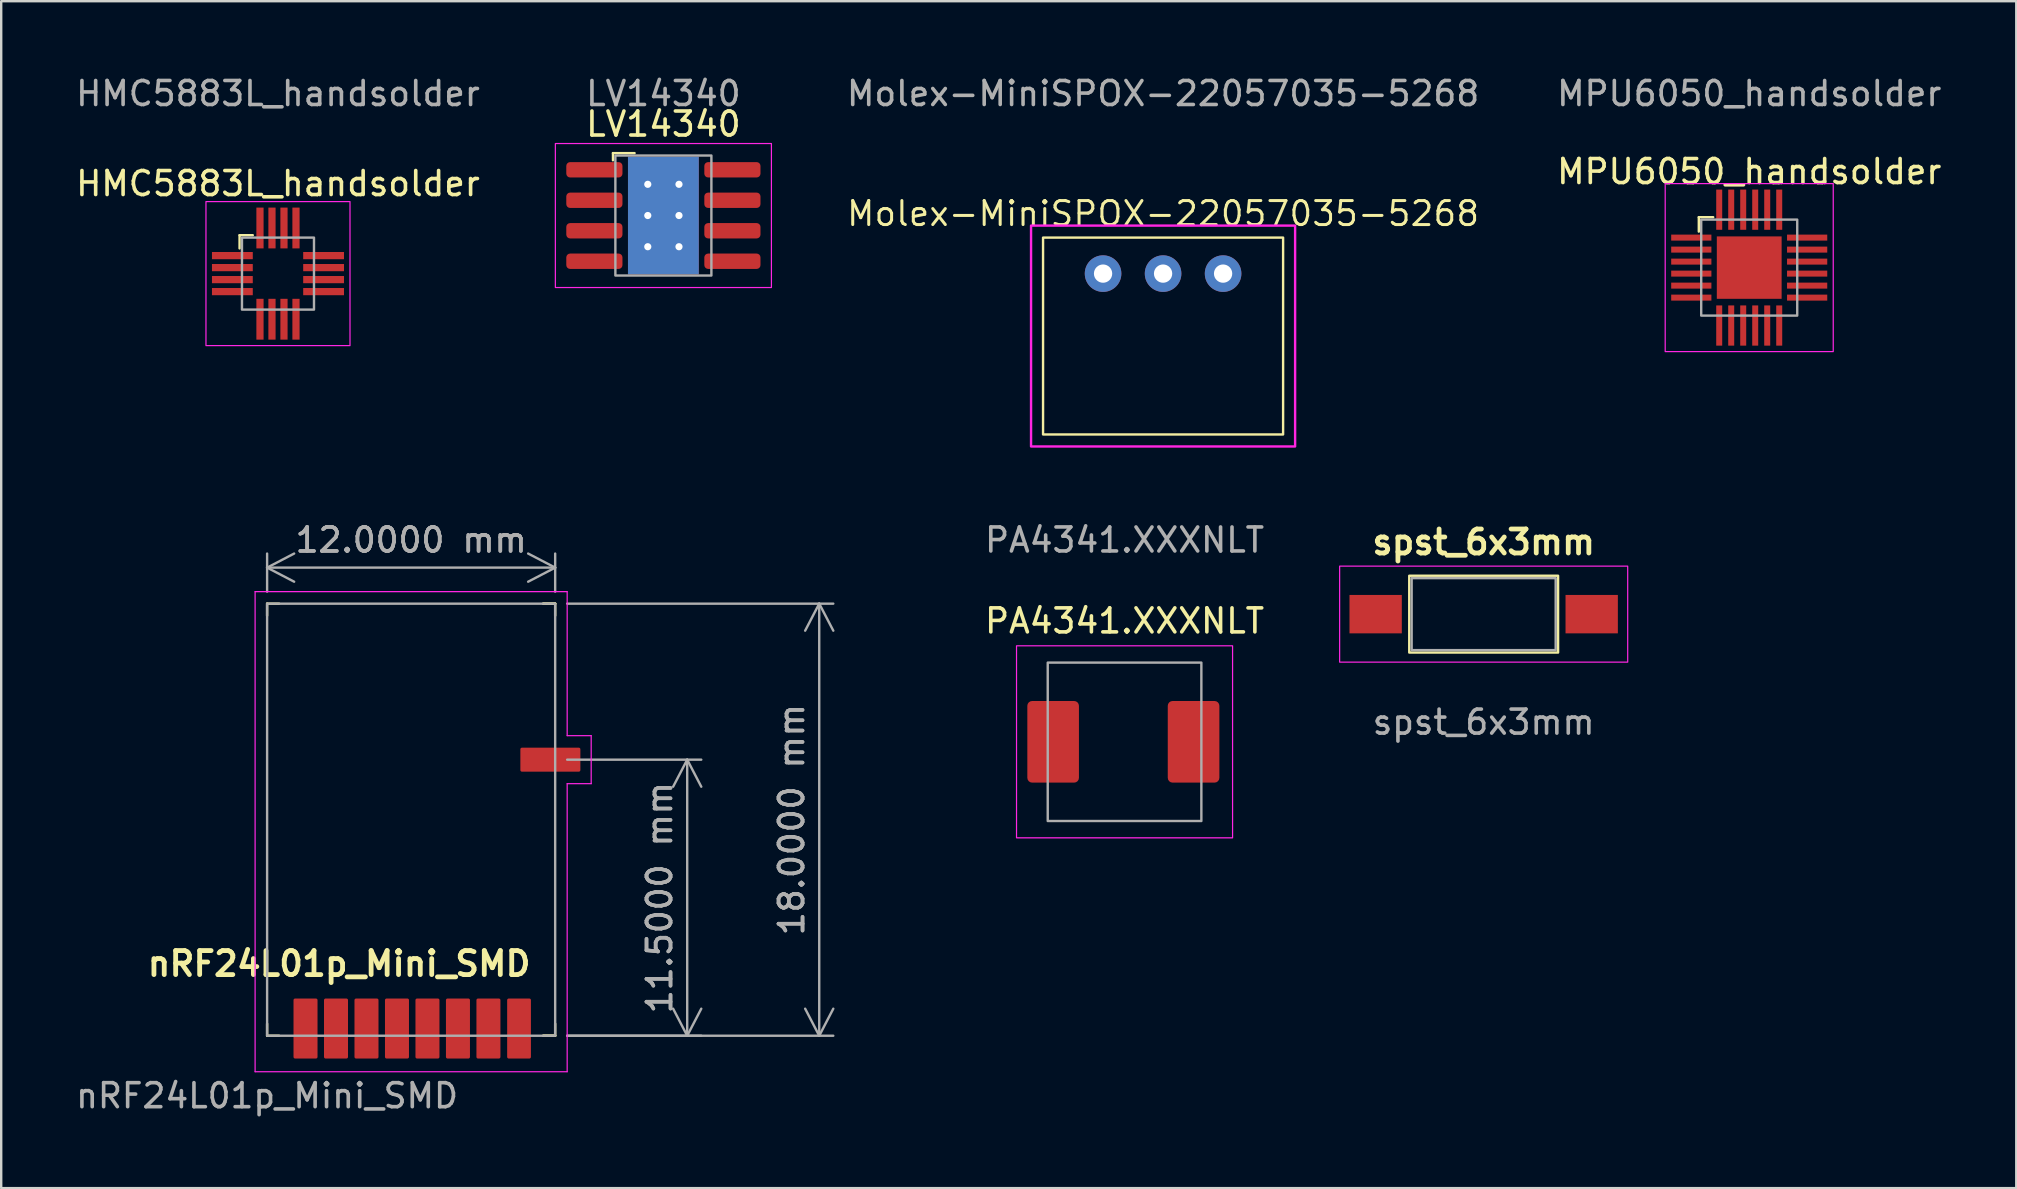
<source format=kicad_pcb>
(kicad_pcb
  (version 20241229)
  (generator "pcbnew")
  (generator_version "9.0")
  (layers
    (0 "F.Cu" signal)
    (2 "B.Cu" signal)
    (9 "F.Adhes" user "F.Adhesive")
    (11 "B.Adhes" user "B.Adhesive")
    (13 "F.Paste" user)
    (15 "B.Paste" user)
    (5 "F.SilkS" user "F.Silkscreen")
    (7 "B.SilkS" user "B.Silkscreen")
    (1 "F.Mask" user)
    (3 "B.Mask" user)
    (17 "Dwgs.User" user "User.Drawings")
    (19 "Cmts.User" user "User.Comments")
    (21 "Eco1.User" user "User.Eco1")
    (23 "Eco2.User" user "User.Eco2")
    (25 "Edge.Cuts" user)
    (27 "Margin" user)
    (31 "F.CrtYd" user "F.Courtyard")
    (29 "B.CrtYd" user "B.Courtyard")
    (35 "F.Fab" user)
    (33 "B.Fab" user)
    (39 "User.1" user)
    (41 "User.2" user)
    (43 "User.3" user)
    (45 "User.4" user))
  (footprint "LV14340"
    (layer "F.Cu")
    (at 24.585 5.928)
    (property "Reference" "LV14340" (at 0 -3.81 0) (unlocked yes) (layer "F.SilkS") (effects (font (size 1 1) (thickness 0.15))))
    (attr smd)
    (fp_rect (start -1.2 -1.55) (end 1.2 1.55) (stroke (width 0.1) (type solid)) (fill yes) (layer "F.Mask"))
    (fp_line (start -2.1 -2.6) (end -1.2 -2.6) (stroke (width 0.1) (type default)) (layer "F.SilkS"))
    (fp_line (start -2.1 -2.3) (end -2.1 -2.6) (stroke (width 0.1) (type default)) (layer "F.SilkS"))
    (fp_rect (start -1.355 -1.7) (end 1.355 1.7) (stroke (width 0.1) (type solid)) (fill yes) (layer "F.Paste"))
    (fp_rect (start -4.5 -3) (end 4.5 3) (stroke (width 0.05) (type default)) (fill no) (layer "F.CrtYd"))
    (fp_rect (start -2 -2.5) (end 2 2.5) (stroke (width 0.1) (type default)) (fill no) (layer "F.Fab"))
    (fp_text user "${REFERENCE}" (at 0 -5.08 0) (unlocked yes) (layer "F.Fab") (effects (font (size 1 1) (thickness 0.15))))
    (pad "1" smd roundrect (at -2.875 -1.905) (size 2.34 0.64) (layers "F.Cu" "F.Mask" "F.Paste") (roundrect_rratio 0.25))
    (pad "2" smd roundrect (at -2.875 -0.635) (size 2.34 0.64) (layers "F.Cu" "F.Mask" "F.Paste") (roundrect_rratio 0.25))
    (pad "3" smd roundrect (at -2.875 0.635) (size 2.34 0.64) (layers "F.Cu" "F.Mask" "F.Paste") (roundrect_rratio 0.25))
    (pad "4" smd roundrect (at -2.875 1.905) (size 2.34 0.64) (layers "F.Cu" "F.Mask" "F.Paste") (roundrect_rratio 0.25))
    (pad "5" smd roundrect (at 2.875 1.905) (size 2.34 0.64) (layers "F.Cu" "F.Mask" "F.Paste") (roundrect_rratio 0.25))
    (pad "6" smd roundrect (at 2.875 0.635) (size 2.34 0.64) (layers "F.Cu" "F.Mask" "F.Paste") (roundrect_rratio 0.25))
    (pad "7" smd roundrect (at 2.875 -0.635) (size 2.34 0.64) (layers "F.Cu" "F.Mask" "F.Paste") (roundrect_rratio 0.25))
    (pad "8" smd roundrect (at 2.875 -1.905) (size 2.34 0.64) (layers "F.Cu" "F.Mask" "F.Paste") (roundrect_rratio 0.25))
    (pad "9" thru_hole circle (at -0.65 -1.3) (size 0.6 0.6) (drill 0.3) (property pad_prop_heatsink) (layers "*.Cu"))
    (pad "9" thru_hole circle (at -0.65 0) (size 0.6 0.6) (drill 0.3) (property pad_prop_heatsink) (layers "*.Cu"))
    (pad "9" thru_hole circle (at -0.65 1.3) (size 0.6 0.6) (drill 0.3) (property pad_prop_heatsink) (layers "*.Cu"))
    (pad "9" smd rect (at 0 0) (size 2.95 4.9) (layers "F.Cu"))
    (pad "9" smd rect (at 0 0) (size 2.95 4.9) (layers "B.Cu"))
    (pad "9" thru_hole circle (at 0.65 -1.3) (size 0.6 0.6) (drill 0.3) (property pad_prop_heatsink) (layers "*.Cu"))
    (pad "9" thru_hole circle (at 0.65 0) (size 0.6 0.6) (drill 0.3) (property pad_prop_heatsink) (layers "*.Cu"))
    (pad "9" thru_hole circle (at 0.65 1.3) (size 0.6 0.6) (drill 0.3) (property pad_prop_heatsink) (layers "*.Cu")))
  (footprint "HMC5883L_handsolder"
    (layer "F.Cu")
    (at 8.53 8.348)
    (property "Reference" "HMC5883L_handsolder" (at 0 -3.75 0) (unlocked yes) (layer "F.SilkS") (effects (font (size 1 1) (thickness 0.15))))
    (attr smd)
    (fp_line (start -1.6 -1.6) (end -1.6 -1.05) (stroke (width 0.1) (type default)) (layer "F.SilkS"))
    (fp_line (start -1.6 -1.6) (end -1.05 -1.6) (stroke (width 0.1) (type default)) (layer "F.SilkS"))
    (fp_rect (start -3 -3) (end 3 3) (stroke (width 0.05) (type default)) (fill no) (layer "F.CrtYd"))
    (fp_rect (start -1.5 -1.5) (end 1.5 1.5) (stroke (width 0.1) (type default)) (fill no) (layer "F.Fab"))
    (fp_text user "${REFERENCE}" (at 0 -7.5 0) (unlocked yes) (layer "F.Fab") (effects (font (size 1 1) (thickness 0.15))))
    (pad "1" smd rect (at -1.9 -0.75) (size 1.7 0.3) (layers "F.Cu" "F.Mask" "F.Paste"))
    (pad "2" smd rect (at -1.9 -0.25) (size 1.7 0.3) (layers "F.Cu" "F.Mask" "F.Paste"))
    (pad "3" smd rect (at -1.9 0.25) (size 1.7 0.3) (layers "F.Cu" "F.Mask" "F.Paste"))
    (pad "4" smd rect (at -1.9 0.75) (size 1.7 0.3) (layers "F.Cu" "F.Mask" "F.Paste"))
    (pad "5" smd rect (at -0.75 1.9 90) (size 1.7 0.3) (layers "F.Cu" "F.Mask" "F.Paste"))
    (pad "6" smd rect (at -0.25 1.9 90) (size 1.7 0.3) (layers "F.Cu" "F.Mask" "F.Paste"))
    (pad "7" smd rect (at 0.25 1.9 90) (size 1.7 0.3) (layers "F.Cu" "F.Mask" "F.Paste"))
    (pad "8" smd rect (at 0.75 1.9 90) (size 1.7 0.3) (layers "F.Cu" "F.Mask" "F.Paste"))
    (pad "9" smd rect (at 1.9 0.75) (size 1.7 0.3) (layers "F.Cu" "F.Mask" "F.Paste"))
    (pad "10" smd rect (at 1.9 0.25) (size 1.7 0.3) (layers "F.Cu" "F.Mask" "F.Paste"))
    (pad "11" smd rect (at 1.9 -0.25) (size 1.7 0.3) (layers "F.Cu" "F.Mask" "F.Paste"))
    (pad "12" smd rect (at 1.9 -0.75) (size 1.7 0.3) (layers "F.Cu" "F.Mask" "F.Paste"))
    (pad "13" smd rect (at 0.75 -1.9 90) (size 1.7 0.3) (layers "F.Cu" "F.Mask" "F.Paste"))
    (pad "14" smd rect (at 0.25 -1.9 90) (size 1.7 0.3) (layers "F.Cu" "F.Mask" "F.Paste"))
    (pad "15" smd rect (at -0.25 -1.9 90) (size 1.7 0.3) (layers "F.Cu" "F.Mask" "F.Paste"))
    (pad "16" smd rect (at -0.75 -1.9 90) (size 1.7 0.3) (layers "F.Cu" "F.Mask" "F.Paste"))
    (zone (net_name "") (layers "F.Cu" "B.Cu") (hatch edge 0.5) (connect_pads) (min_thickness 0.25) (filled_areas_thickness no) (keepout (tracks not_allowed) (vias not_allowed) (pads not_allowed) (copperpour not_allowed) (footprints allowed)) (placement (enabled no)) (fill) (polygon (pts (xy 7.53 7.348) (xy 9.53 7.348) (xy 9.53 9.348) (xy 7.53 9.348)))))
  (footprint "nRF24L01p_Mini_SMD"
    (layer "F.Cu")
    (at 8.077 40.096)
    (property "Reference" "nRF24L01p_Mini_SMD" (at 3 -3 0) (unlocked yes) (layer "F.SilkS") (effects (font (size 1 1) (thickness 0.2) (bold yes))))
    (attr smd)
    (fp_line (start 0 -17.5) (end 0 -18) (stroke (width 0.1) (type default)) (layer "F.SilkS"))
    (fp_line (start 0 0) (end 0 -0.5) (stroke (width 0.1) (type default)) (layer "F.SilkS"))
    (fp_line (start 0.5 -18) (end 0 -18) (stroke (width 0.1) (type default)) (layer "F.SilkS"))
    (fp_line (start 0.5 0) (end 0 0) (stroke (width 0.1) (type default)) (layer "F.SilkS"))
    (fp_line (start 11.5 -18) (end 12 -18) (stroke (width 0.1) (type default)) (layer "F.SilkS"))
    (fp_line (start 11.5 0) (end 12 0) (stroke (width 0.1) (type default)) (layer "F.SilkS"))
    (fp_line (start 12 -18) (end 11.5 -18) (stroke (width 0.1) (type default)) (layer "F.SilkS"))
    (fp_line (start 12 -17.5) (end 12 -18) (stroke (width 0.1) (type default)) (layer "F.SilkS"))
    (fp_line (start 12 0) (end 11.5 0) (stroke (width 0.1) (type default)) (layer "F.SilkS"))
    (fp_line (start 12 0) (end 12 -0.5) (stroke (width 0.1) (type default)) (layer "F.SilkS"))
    (fp_line (start -0.5 -18.5) (end 12.5 -18.5) (stroke (width 0.05) (type default)) (layer "F.CrtYd"))
    (fp_line (start -0.5 1.5) (end -0.5 -18.5) (stroke (width 0.05) (type default)) (layer "F.CrtYd"))
    (fp_line (start 12.5 -18.5) (end 12.5 -12.5) (stroke (width 0.05) (type default)) (layer "F.CrtYd"))
    (fp_line (start 12.5 -12.5) (end 13.5 -12.5) (stroke (width 0.05) (type default)) (layer "F.CrtYd"))
    (fp_line (start 12.5 -10.5) (end 12.5 1.5) (stroke (width 0.05) (type default)) (layer "F.CrtYd"))
    (fp_line (start 12.5 1.5) (end -0.5 1.5) (stroke (width 0.05) (type default)) (layer "F.CrtYd"))
    (fp_line (start 13.5 -12.5) (end 13.5 -10.5) (stroke (width 0.05) (type default)) (layer "F.CrtYd"))
    (fp_line (start 13.5 -10.5) (end 12.5 -10.5) (stroke (width 0.05) (type default)) (layer "F.CrtYd"))
    (fp_rect (start 0 -18) (end 12 0) (stroke (width 0.1) (type default)) (fill no) (layer "F.Fab"))
    (fp_text user "${REFERENCE}" (at 0 2.5 0) (unlocked yes) (layer "F.Fab") (effects (font (size 1 1) (thickness 0.15))))
    (dimension (type aligned) (layer "F.Fab") (pts (xy 20.077 40.096) (xy 20.077 28.596)) (height 5.5) (format (prefix "") (suffix "") (units 3) (units_format 1) (precision 4)) (style (thickness 0.1) (arrow_length 1.27) (text_position_mode 0) (arrow_direction outward) (extension_height 0.586) (extension_offset 0.5) (keep_text_aligned yes)) (gr_text "11.5000 mm" (at 24.427 34.346 90) (layer "F.Fab") (effects (font (size 1 1) (thickness 0.15)))))
    (dimension (type aligned) (layer "F.Fab") (pts (xy 20.077 22.096) (xy 20.077 40.096)) (height -11) (format (prefix "") (suffix "") (units 3) (units_format 1) (precision 4)) (style (thickness 0.1) (arrow_length 1.27) (text_position_mode 0) (arrow_direction outward) (extension_height 0.586) (extension_offset 0.5) (keep_text_aligned yes)) (gr_text "18.0000 mm" (at 29.927 31.096 90) (layer "F.Fab") (effects (font (size 1 1) (thickness 0.15)))))
    (dimension (type aligned) (layer "F.Fab") (pts (xy 8.077 22.096) (xy 20.077 22.096)) (height -1.5) (format (prefix "") (suffix "") (units 3) (units_format 1) (precision 4)) (style (thickness 0.1) (arrow_length 1.27) (text_position_mode 0) (arrow_direction outward) (extension_height 0.586) (extension_offset 0.5) (keep_text_aligned yes)) (gr_text "12.0000 mm" (at 14.077 19.447 0) (layer "F.Fab") (effects (font (size 1 1) (thickness 0.15)))))
    (pad "1" smd roundrect (at 1.6 -0.3) (size 1 2.5) (layers "F.Cu" "F.Mask" "F.Paste") (roundrect_rratio 0.066))
    (pad "2" smd roundrect (at 2.87 -0.3) (size 1 2.5) (layers "F.Cu" "F.Mask" "F.Paste") (roundrect_rratio 0.066))
    (pad "3" smd roundrect (at 4.14 -0.3) (size 1 2.5) (layers "F.Cu" "F.Mask" "F.Paste") (roundrect_rratio 0.066))
    (pad "4" smd roundrect (at 5.41 -0.3) (size 1 2.5) (layers "F.Cu" "F.Mask" "F.Paste") (roundrect_rratio 0.066))
    (pad "5" smd roundrect (at 6.68 -0.3) (size 1 2.5) (layers "F.Cu" "F.Mask" "F.Paste") (roundrect_rratio 0.066))
    (pad "6" smd roundrect (at 7.95 -0.3) (size 1 2.5) (layers "F.Cu" "F.Mask" "F.Paste") (roundrect_rratio 0.066))
    (pad "7" smd roundrect (at 9.22 -0.3) (size 1 2.5) (layers "F.Cu" "F.Mask" "F.Paste") (roundrect_rratio 0.066))
    (pad "8" smd roundrect (at 10.495 -0.3) (size 0.99 2.5) (layers "F.Cu" "F.Mask" "F.Paste") (roundrect_rratio 0.066))
    (pad "9" smd roundrect (at 11.8 -11.5 90) (size 1 2.5) (layers "F.Cu" "F.Mask" "F.Paste") (roundrect_rratio 0.066))
    (zone (net_name "") (layers "F.Cu" "B.Cu" "F.Fab") (hatch full 0.5) (connect_pads) (min_thickness 0.25) (filled_areas_thickness no) (keepout (tracks not_allowed) (vias not_allowed) (pads not_allowed) (copperpour not_allowed) (footprints not_allowed)) (placement (enabled no)) (fill) (polygon (pts (xy 8.077 22.096) (xy 20.077 22.096) (xy 20.077 29.596) (xy 8.077 29.596)))))
  (footprint "MPU6050_handsolder"
    (layer "F.Cu")
    (at 69.818 8.098)
    (property "Reference" "MPU6050_handsolder" (at 0 -4 0) (unlocked yes) (layer "F.SilkS") (effects (font (size 1 1) (thickness 0.15))))
    (attr smd)
    (fp_line (start -2.1 -2.1) (end -2.1 -1.5) (stroke (width 0.1) (type default)) (layer "F.SilkS"))
    (fp_line (start -1.5 -2.1) (end -2.1 -2.1) (stroke (width 0.1) (type default)) (layer "F.SilkS"))
    (fp_rect (start -3.5 -3.5) (end 3.5 3.5) (stroke (width 0.05) (type default)) (fill no) (layer "F.CrtYd"))
    (fp_rect (start -2 -2) (end 2 2) (stroke (width 0.1) (type default)) (fill no) (layer "F.Fab"))
    (fp_text user "${REFERENCE}" (at 0 -7.25 0) (unlocked yes) (layer "F.Fab") (effects (font (size 1 1) (thickness 0.15))))
    (pad "" smd roundrect (at -0.675 -0.65) (size 1.09 1.05) (layers "F.Paste") (roundrect_rratio 0.238))
    (pad "" smd roundrect (at -0.675 0.65) (size 1.09 1.05) (layers "F.Paste") (roundrect_rratio 0.238))
    (pad "" smd roundrect (at 0.675 -0.65) (size 1.09 1.05) (layers "F.Paste") (roundrect_rratio 0.238))
    (pad "" smd roundrect (at 0.675 0.65) (size 1.09 1.05) (layers "F.Paste") (roundrect_rratio 0.238))
    (pad "1" smd rect (at -2.413 -1.25) (size 1.675 0.25) (layers "F.Cu" "F.Mask" "F.Paste"))
    (pad "2" smd rect (at -2.413 -0.75) (size 1.675 0.25) (layers "F.Cu" "F.Mask" "F.Paste"))
    (pad "3" smd rect (at -2.413 -0.25) (size 1.675 0.25) (layers "F.Cu" "F.Mask" "F.Paste"))
    (pad "4" smd rect (at -2.413 0.25) (size 1.675 0.25) (layers "F.Cu" "F.Mask" "F.Paste"))
    (pad "5" smd rect (at -2.413 0.75) (size 1.675 0.25) (layers "F.Cu" "F.Mask" "F.Paste"))
    (pad "6" smd rect (at -2.413 1.25) (size 1.675 0.25) (layers "F.Cu" "F.Mask" "F.Paste"))
    (pad "7" smd rect (at -1.25 2.413) (size 0.25 1.675) (layers "F.Cu" "F.Mask" "F.Paste"))
    (pad "8" smd rect (at -0.75 2.413) (size 0.25 1.675) (layers "F.Cu" "F.Mask" "F.Paste"))
    (pad "9" smd rect (at -0.25 2.413) (size 0.25 1.675) (layers "F.Cu" "F.Mask" "F.Paste"))
    (pad "10" smd rect (at 0.25 2.413) (size 0.25 1.675) (layers "F.Cu" "F.Mask" "F.Paste"))
    (pad "11" smd rect (at 0.75 2.413) (size 0.25 1.675) (layers "F.Cu" "F.Mask" "F.Paste"))
    (pad "12" smd rect (at 1.25 2.413) (size 0.25 1.675) (layers "F.Cu" "F.Mask" "F.Paste"))
    (pad "13" smd rect (at 2.413 1.25) (size 1.675 0.25) (layers "F.Cu" "F.Mask" "F.Paste"))
    (pad "14" smd rect (at 2.413 0.75) (size 1.675 0.25) (layers "F.Cu" "F.Mask" "F.Paste"))
    (pad "15" smd rect (at 2.413 0.25) (size 1.675 0.25) (layers "F.Cu" "F.Mask" "F.Paste"))
    (pad "16" smd rect (at 2.413 -0.25) (size 1.675 0.25) (layers "F.Cu" "F.Mask" "F.Paste"))
    (pad "17" smd rect (at 2.413 -0.75) (size 1.675 0.25) (layers "F.Cu" "F.Mask" "F.Paste"))
    (pad "18" smd rect (at 2.413 -1.25) (size 1.675 0.25) (layers "F.Cu" "F.Mask" "F.Paste"))
    (pad "19" smd rect (at 1.25 -2.413) (size 0.25 1.675) (layers "F.Cu" "F.Mask" "F.Paste"))
    (pad "20" smd rect (at 0.75 -2.413) (size 0.25 1.675) (layers "F.Cu" "F.Mask" "F.Paste"))
    (pad "21" smd rect (at 0.25 -2.413) (size 0.25 1.675) (layers "F.Cu" "F.Mask" "F.Paste"))
    (pad "22" smd rect (at -0.25 -2.413) (size 0.25 1.675) (layers "F.Cu" "F.Mask" "F.Paste"))
    (pad "23" smd rect (at -0.75 -2.413) (size 0.25 1.675) (layers "F.Cu" "F.Mask" "F.Paste"))
    (pad "24" smd rect (at -1.25 -2.413) (size 0.25 1.675) (layers "F.Cu" "F.Mask" "F.Paste"))
    (pad "25" smd rect (at 0 0) (size 2.7 2.6) (property pad_prop_heatsink) (layers "F.Cu" "F.Mask")))
  (footprint "spst_6x3mm"
    (layer "F.Cu")
    (at 58.756 22.534)
    (property "Reference" "spst_6x3mm" (at 0 -3 0) (unlocked yes) (layer "F.SilkS") (effects (font (size 1 1) (thickness 0.2) (bold yes))))
    (attr smd)
    (fp_rect (start -3.1 -1.6) (end 3.1 1.6) (stroke (width 0.1) (type default)) (fill no) (layer "F.SilkS"))
    (fp_rect (start -6 -2) (end 6 2) (stroke (width 0.05) (type default)) (fill no) (layer "F.CrtYd"))
    (fp_rect (start -3 -1.5) (end 3 1.5) (stroke (width 0.1) (type default)) (fill no) (layer "F.Fab"))
    (fp_text user "${REFERENCE}" (at 0 4.5 0) (unlocked yes) (layer "F.Fab") (effects (font (size 1 1) (thickness 0.15))))
    (pad "1" smd rect (at -4.5 0) (size 2.18 1.6) (layers "F.Cu" "F.Mask" "F.Paste"))
    (pad "2" smd rect (at 4.5 0) (size 2.18 1.6) (layers "F.Cu" "F.Mask" "F.Paste")))
  (footprint "PA4341.XXXNLT"
    (layer "F.Cu")
    (at 43.796 27.852)
    (property "Reference" "PA4341.XXXNLT" (at 0 -5.035 0) (unlocked yes) (layer "F.SilkS") (effects (font (size 1 1) (thickness 0.15))))
    (attr smd)
    (fp_rect (start -4.5 -4) (end 4.5 4) (stroke (width 0.05) (type default)) (fill no) (layer "F.CrtYd"))
    (fp_rect (start -3.2 -3.3) (end 3.2 3.3) (stroke (width 0.1) (type default)) (fill no) (layer "F.Fab"))
    (fp_text user "${REFERENCE}" (at 0 -8.405 0) (unlocked yes) (layer "F.Fab") (effects (font (size 1 1) (thickness 0.15))))
    (pad "1" smd roundrect (at -2.975 0) (size 2.15 3.4) (layers "F.Cu" "F.Mask" "F.Paste") (roundrect_rratio 0.093))
    (pad "2" smd roundrect (at 2.875 0) (size 2.15 3.4) (layers "F.Cu" "F.Mask" "F.Paste") (roundrect_rratio 0.093)))
  (footprint "Molex-MiniSPOX-22057035-5268"
    (layer "F.Cu")
    (at 45.401 8.348)
    (property "Reference" "Molex-MiniSPOX-22057035-5268" (at 0 -2.5 0) (unlocked yes) (layer "F.SilkS") (effects (font (size 1 1) (thickness 0.125))))
    (attr through_hole)
    (fp_rect (start -5 -1.5) (end 5 6.7) (stroke (width 0.1) (type default)) (fill no) (layer "F.SilkS"))
    (fp_rect (start -5.5 -2) (end 5.5 7.2) (stroke (width 0.1) (type default)) (fill no) (layer "F.CrtYd"))
    (fp_text user "${REFERENCE}" (at 0 -7.5 0) (unlocked yes) (layer "F.Fab") (effects (font (size 1 1) (thickness 0.15))))
    (pad "1" thru_hole circle (at 2.5 0) (size 1.524 1.524) (drill 0.762) (layers "*.Cu" "*.Mask"))
    (pad "2" thru_hole circle (at 0 0) (size 1.524 1.524) (drill 0.762) (layers "*.Cu" "*.Mask"))
    (pad "3" thru_hole circle (at -2.5 0) (size 1.524 1.524) (drill 0.762) (layers "*.Cu" "*.Mask")))
  (gr_rect
    (start -3 -3)
    (end 80.943 46.445)
    (stroke (width 0.1) (type default))
    (fill no)
    (layer "Edge.Cuts")))
</source>
